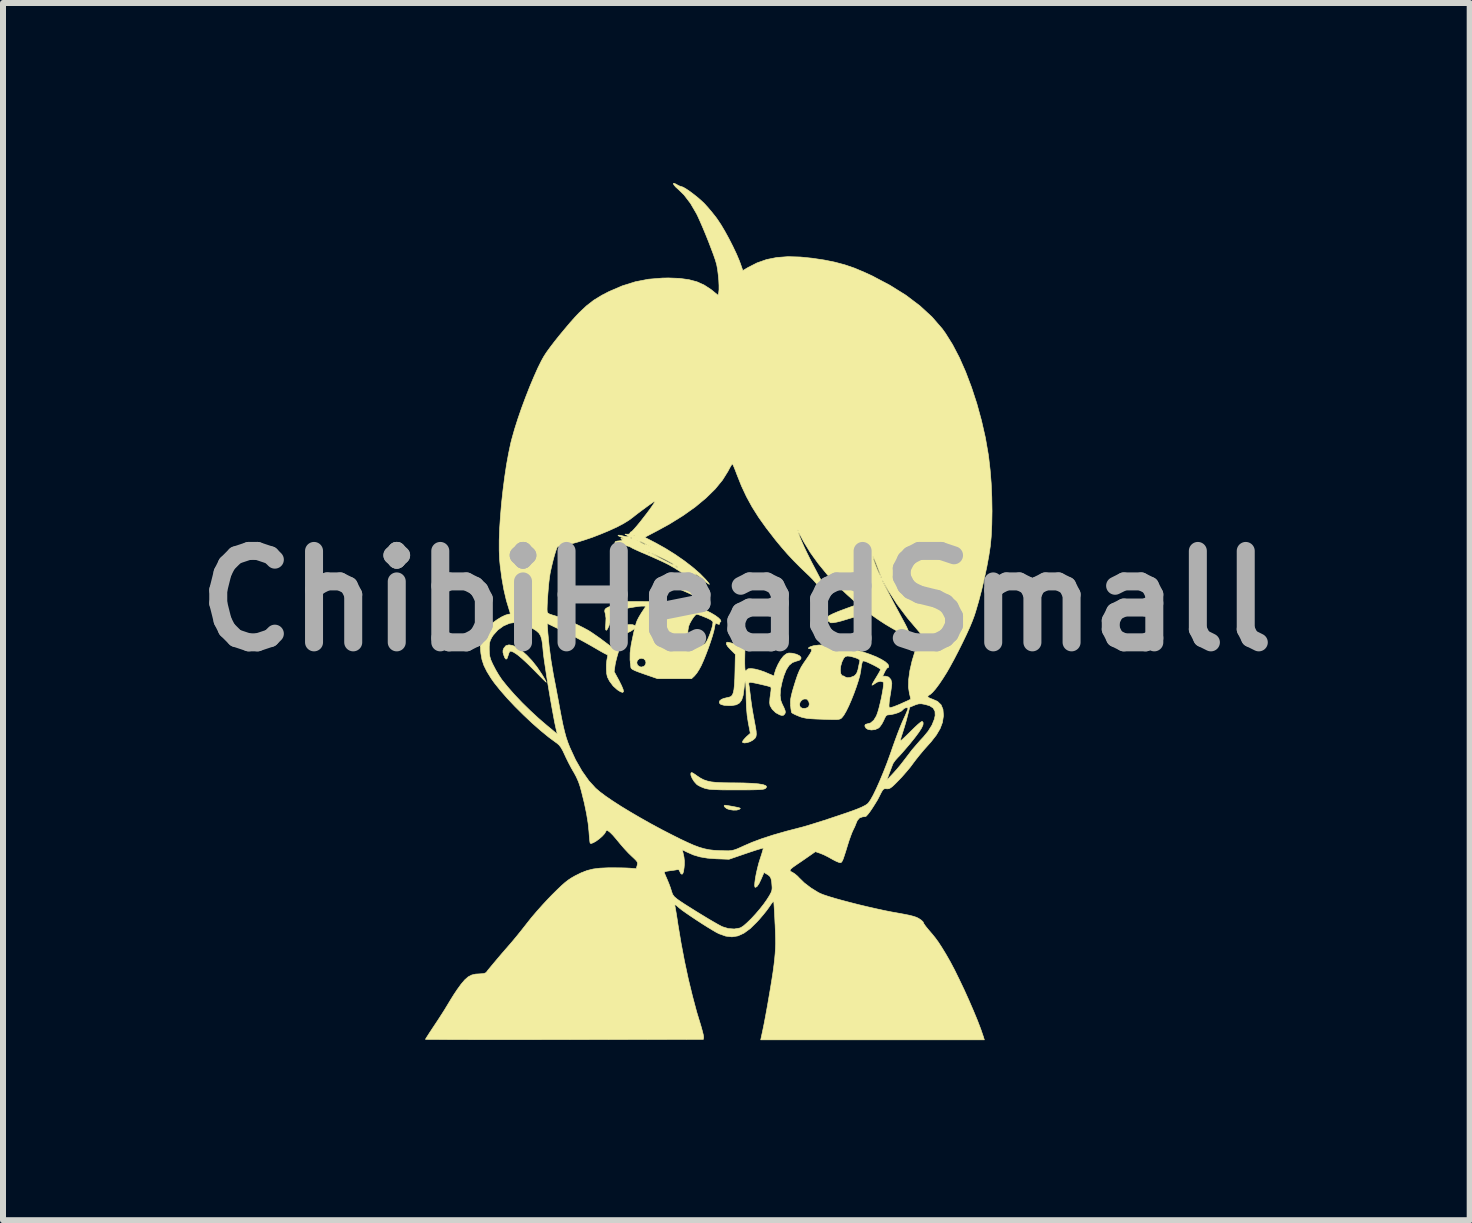
<source format=kicad_pcb>
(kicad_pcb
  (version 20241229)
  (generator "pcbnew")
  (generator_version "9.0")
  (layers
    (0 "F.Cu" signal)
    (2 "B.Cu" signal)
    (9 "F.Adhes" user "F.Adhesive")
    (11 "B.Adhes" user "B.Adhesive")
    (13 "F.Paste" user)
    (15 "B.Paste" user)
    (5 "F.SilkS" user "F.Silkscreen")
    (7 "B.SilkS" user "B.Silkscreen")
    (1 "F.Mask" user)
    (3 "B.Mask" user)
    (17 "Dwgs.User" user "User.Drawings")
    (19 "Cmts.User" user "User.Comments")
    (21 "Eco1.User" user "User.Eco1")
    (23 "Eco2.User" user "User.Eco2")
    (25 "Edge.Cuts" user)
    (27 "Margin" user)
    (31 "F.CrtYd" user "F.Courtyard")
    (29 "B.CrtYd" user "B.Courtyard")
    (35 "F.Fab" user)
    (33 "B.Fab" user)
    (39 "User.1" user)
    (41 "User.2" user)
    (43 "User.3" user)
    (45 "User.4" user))
  (footprint "ChibiHeadSmall"
    (layer "F.Cu")
    (at 9.224 6.968)
    (property "Reference" "ChibiHeadSmall" (at 0 0 0) (layer "F.Fab") (effects (font (size 1.524 1.524) (thickness 0.3))))
    (attr through_hole)
    (fp_poly (pts (xy -0.162 3.407) (xy -0.114 3.415) (xy -0.056 3.425) (xy -0.001 3.436) (xy 0.04 3.445) (xy 0.05 3.448) (xy 0.067 3.457) (xy 0.053 3.47) (xy 0.05 3.472) (xy 0.008 3.485) (xy -0.052 3.486) (xy -0.113 3.477) (xy -0.157 3.462) (xy -0.189 3.438) (xy -0.204 3.416) (xy -0.196 3.404) (xy -0.189 3.404) (xy -0.162 3.407)) (stroke (width 0.01) (type solid)) (fill yes) (layer "F.SilkS"))
    (fp_poly (pts (xy 1.752 0.558) (xy 1.847 0.561) (xy 1.932 0.565) (xy 2 0.572) (xy 2.007 0.573) (xy 2.031 0.577) (xy 2.029 0.581) (xy 2 0.584) (xy 1.941 0.586) (xy 1.851 0.587) (xy 1.729 0.588) (xy 1.727 0.588) (xy 1.598 0.588) (xy 1.501 0.586) (xy 1.434 0.584) (xy 1.396 0.58) (xy 1.383 0.576) (xy 1.389 0.571) (xy 1.423 0.565) (xy 1.483 0.56) (xy 1.563 0.557) (xy 1.655 0.557) (xy 1.752 0.558)) (stroke (width 0.01) (type solid)) (fill yes) (layer "F.SilkS"))
    (fp_poly (pts (xy -1.188 -0.312) (xy -1.129 -0.301) (xy -1.053 -0.28) (xy -0.967 -0.251) (xy -0.877 -0.217) (xy -0.856 -0.208) (xy -0.806 -0.184) (xy -0.746 -0.152) (xy -0.685 -0.116) (xy -0.629 -0.081) (xy -0.585 -0.05) (xy -0.561 -0.03) (xy -0.559 -0.025) (xy -0.565 -0.018) (xy -0.587 -0.025) (xy -0.629 -0.045) (xy -0.685 -0.076) (xy -0.754 -0.112) (xy -0.837 -0.15) (xy -0.926 -0.188) (xy -1.015 -0.223) (xy -1.096 -0.251) (xy -1.16 -0.269) (xy -1.198 -0.276) (xy -1.239 -0.282) (xy -1.252 -0.294) (xy -1.234 -0.308) (xy -1.222 -0.312) (xy -1.188 -0.312)) (stroke (width 0.01) (type solid)) (fill yes) (layer "F.SilkS"))
    (fp_poly (pts (xy -3.729 0.741) (xy -3.657 0.775) (xy -3.577 0.829) (xy -3.494 0.903) (xy -3.408 0.994) (xy -3.324 1.1) (xy -3.243 1.22) (xy -3.21 1.274) (xy -3.185 1.318) (xy -3.171 1.347) (xy -3.169 1.355) (xy -3.182 1.343) (xy -3.215 1.311) (xy -3.264 1.262) (xy -3.324 1.201) (xy -3.387 1.137) (xy -3.487 1.038) (xy -3.576 0.956) (xy -3.651 0.894) (xy -3.712 0.854) (xy -3.755 0.836) (xy -3.776 0.84) (xy -3.79 0.866) (xy -3.804 0.908) (xy -3.806 0.914) (xy -3.822 0.959) (xy -3.839 0.97) (xy -3.859 0.948) (xy -3.876 0.905) (xy -3.89 0.856) (xy -3.889 0.82) (xy -3.876 0.787) (xy -3.841 0.745) (xy -3.791 0.731) (xy -3.729 0.741)) (stroke (width 0.01) (type solid)) (fill yes) (layer "F.SilkS"))
    (fp_poly (pts (xy -0.715 2.873) (xy -0.67 2.904) (xy -0.656 2.914) (xy -0.6 2.951) (xy -0.545 2.98) (xy -0.487 3) (xy -0.418 3.015) (xy -0.334 3.024) (xy -0.23 3.029) (xy -0.098 3.031) (xy -0.059 3.031) (xy 0.117 3.033) (xy 0.259 3.039) (xy 0.369 3.048) (xy 0.446 3.061) (xy 0.491 3.078) (xy 0.505 3.098) (xy 0.487 3.123) (xy 0.484 3.125) (xy 0.467 3.133) (xy 0.44 3.139) (xy 0.396 3.143) (xy 0.334 3.146) (xy 0.248 3.148) (xy 0.136 3.149) (xy 0.001 3.149) (xy -0.139 3.149) (xy -0.249 3.148) (xy -0.335 3.145) (xy -0.4 3.142) (xy -0.45 3.138) (xy -0.49 3.131) (xy -0.522 3.123) (xy -0.538 3.118) (xy -0.595 3.095) (xy -0.643 3.069) (xy -0.661 3.056) (xy -0.703 3.009) (xy -0.737 2.955) (xy -0.757 2.905) (xy -0.759 2.879) (xy -0.754 2.863) (xy -0.741 2.86) (xy -0.715 2.873)) (stroke (width 0.01) (type solid)) (fill yes) (layer "F.SilkS"))
    (fp_poly (pts (xy -0.134 0.688) (xy -0.088 0.699) (xy -0.027 0.716) (xy 0.002 0.725) (xy 0.144 0.771) (xy 0.14 0.97) (xy 0.14 1.047) (xy 0.142 1.111) (xy 0.146 1.153) (xy 0.152 1.168) (xy 0.17 1.155) (xy 0.174 1.147) (xy 0.196 1.13) (xy 0.243 1.126) (xy 0.309 1.134) (xy 0.387 1.154) (xy 0.471 1.183) (xy 0.487 1.19) (xy 0.627 1.25) (xy 0.637 1.205) (xy 0.661 1.131) (xy 0.697 1.052) (xy 0.739 0.979) (xy 0.781 0.924) (xy 0.797 0.908) (xy 0.838 0.878) (xy 0.875 0.867) (xy 0.926 0.87) (xy 0.929 0.87) (xy 1.001 0.887) (xy 1.051 0.911) (xy 1.077 0.938) (xy 1.076 0.965) (xy 1.048 0.989) (xy 0.999 1.003) (xy 0.935 1.026) (xy 0.879 1.073) (xy 0.832 1.146) (xy 0.791 1.249) (xy 0.762 1.351) (xy 0.736 1.475) (xy 0.73 1.576) (xy 0.742 1.661) (xy 0.763 1.715) (xy 0.795 1.781) (xy 0.812 1.824) (xy 0.817 1.852) (xy 0.812 1.873) (xy 0.804 1.886) (xy 0.784 1.905) (xy 0.756 1.907) (xy 0.724 1.898) (xy 0.657 1.862) (xy 0.599 1.806) (xy 0.562 1.744) (xy 0.555 1.696) (xy 0.56 1.618) (xy 0.567 1.569) (xy 0.577 1.497) (xy 0.579 1.453) (xy 0.573 1.433) (xy 0.569 1.431) (xy 0.526 1.418) (xy 0.465 1.403) (xy 0.397 1.387) (xy 0.33 1.372) (xy 0.274 1.361) (xy 0.238 1.355) (xy 0.232 1.355) (xy 0.21 1.361) (xy 0.207 1.386) (xy 0.21 1.401) (xy 0.216 1.439) (xy 0.224 1.5) (xy 0.233 1.572) (xy 0.236 1.6) (xy 0.246 1.676) (xy 0.26 1.773) (xy 0.278 1.879) (xy 0.297 1.983) (xy 0.299 1.995) (xy 0.318 2.095) (xy 0.33 2.169) (xy 0.333 2.221) (xy 0.328 2.257) (xy 0.314 2.284) (xy 0.291 2.306) (xy 0.27 2.322) (xy 0.226 2.346) (xy 0.178 2.361) (xy 0.135 2.366) (xy 0.107 2.36) (xy 0.102 2.349) (xy 0.113 2.324) (xy 0.144 2.288) (xy 0.167 2.264) (xy 0.233 2.205) (xy 0.199 2.03) (xy 0.18 1.907) (xy 0.168 1.771) (xy 0.163 1.613) (xy 0.163 1.596) (xy 0.162 1.507) (xy 0.159 1.431) (xy 0.156 1.374) (xy 0.152 1.343) (xy 0.15 1.338) (xy 0.144 1.353) (xy 0.136 1.394) (xy 0.129 1.453) (xy 0.127 1.469) (xy 0.113 1.574) (xy 0.089 1.65) (xy 0.052 1.7) (xy -0.001 1.73) (xy -0.075 1.743) (xy -0.119 1.744) (xy -0.202 1.739) (xy -0.258 1.724) (xy -0.284 1.699) (xy -0.279 1.667) (xy -0.278 1.665) (xy -0.249 1.64) (xy -0.21 1.624) (xy -0.156 1.611) (xy -0.116 1.602) (xy -0.089 1.591) (xy -0.068 1.569) (xy -0.052 1.532) (xy -0.04 1.476) (xy -0.032 1.397) (xy -0.026 1.292) (xy -0.023 1.185) (xy -0.017 0.888) (xy -0.093 0.813) (xy -0.143 0.759) (xy -0.166 0.721) (xy -0.165 0.696) (xy -0.155 0.687) (xy -0.134 0.688)) (stroke (width 0.01) (type solid)) (fill yes) (layer "F.SilkS"))
    (fp_poly (pts (xy -1.005 -6.949) (xy -0.995 -6.942) (xy -0.953 -6.92) (xy -0.922 -6.909) (xy -0.918 -6.909) (xy -0.887 -6.898) (xy -0.837 -6.869) (xy -0.775 -6.827) (xy -0.706 -6.775) (xy -0.636 -6.719) (xy -0.572 -6.662) (xy -0.534 -6.626) (xy -0.474 -6.56) (xy -0.405 -6.478) (xy -0.34 -6.396) (xy -0.313 -6.358) (xy -0.255 -6.271) (xy -0.19 -6.161) (xy -0.122 -6.037) (xy -0.057 -5.909) (xy 0.002 -5.785) (xy 0.049 -5.674) (xy 0.069 -5.62) (xy 0.108 -5.508) (xy 0.194 -5.559) (xy 0.345 -5.636) (xy 0.504 -5.692) (xy 0.674 -5.726) (xy 0.861 -5.74) (xy 1.068 -5.734) (xy 1.264 -5.714) (xy 1.465 -5.684) (xy 1.643 -5.648) (xy 1.808 -5.604) (xy 1.969 -5.549) (xy 2.137 -5.478) (xy 2.261 -5.421) (xy 2.56 -5.263) (xy 2.826 -5.097) (xy 3.06 -4.92) (xy 3.262 -4.734) (xy 3.432 -4.538) (xy 3.486 -4.463) (xy 3.603 -4.276) (xy 3.716 -4.06) (xy 3.822 -3.82) (xy 3.92 -3.561) (xy 4.009 -3.289) (xy 4.086 -3.008) (xy 4.151 -2.723) (xy 4.2 -2.44) (xy 4.206 -2.396) (xy 4.23 -2.187) (xy 4.248 -1.962) (xy 4.258 -1.73) (xy 4.262 -1.498) (xy 4.258 -1.275) (xy 4.248 -1.069) (xy 4.233 -0.914) (xy 4.209 -0.756) (xy 4.176 -0.575) (xy 4.135 -0.381) (xy 4.089 -0.185) (xy 4.039 0.005) (xy 3.988 0.179) (xy 3.967 0.244) (xy 3.935 0.33) (xy 3.89 0.439) (xy 3.833 0.564) (xy 3.768 0.699) (xy 3.699 0.837) (xy 3.629 0.972) (xy 3.56 1.098) (xy 3.51 1.186) (xy 3.444 1.291) (xy 3.38 1.386) (xy 3.321 1.465) (xy 3.27 1.523) (xy 3.231 1.558) (xy 3.223 1.562) (xy 3.192 1.583) (xy 3.195 1.603) (xy 3.231 1.623) (xy 3.266 1.635) (xy 3.353 1.673) (xy 3.412 1.73) (xy 3.444 1.806) (xy 3.452 1.905) (xy 3.451 1.92) (xy 3.435 2.025) (xy 3.396 2.128) (xy 3.333 2.235) (xy 3.244 2.349) (xy 3.192 2.407) (xy 3.124 2.483) (xy 3.054 2.567) (xy 2.991 2.646) (xy 2.951 2.699) (xy 2.9 2.768) (xy 2.833 2.848) (xy 2.761 2.93) (xy 2.71 2.984) (xy 2.648 3.047) (xy 2.603 3.09) (xy 2.57 3.115) (xy 2.544 3.128) (xy 2.52 3.131) (xy 2.505 3.13) (xy 2.477 3.128) (xy 2.456 3.135) (xy 2.437 3.155) (xy 2.414 3.195) (xy 2.386 3.251) (xy 2.354 3.313) (xy 2.313 3.38) (xy 2.27 3.448) (xy 2.228 3.51) (xy 2.191 3.558) (xy 2.164 3.587) (xy 2.155 3.592) (xy 2.129 3.595) (xy 2.104 3.598) (xy 2.053 3.616) (xy 2.016 3.659) (xy 1.997 3.704) (xy 1.974 3.762) (xy 1.947 3.816) (xy 1.947 3.817) (xy 1.93 3.854) (xy 1.907 3.914) (xy 1.88 3.99) (xy 1.854 4.072) (xy 1.823 4.174) (xy 1.799 4.247) (xy 1.782 4.298) (xy 1.768 4.33) (xy 1.756 4.349) (xy 1.745 4.359) (xy 1.737 4.362) (xy 1.712 4.358) (xy 1.667 4.34) (xy 1.61 4.311) (xy 1.596 4.303) (xy 1.528 4.265) (xy 1.458 4.23) (xy 1.401 4.207) (xy 1.399 4.206) (xy 1.318 4.178) (xy 1.213 4.251) (xy 1.144 4.299) (xy 1.07 4.35) (xy 1.015 4.387) (xy 0.949 4.433) (xy 0.91 4.465) (xy 0.895 4.488) (xy 0.902 4.505) (xy 0.928 4.52) (xy 0.932 4.521) (xy 0.973 4.547) (xy 1.021 4.587) (xy 1.046 4.614) (xy 1.133 4.699) (xy 1.242 4.782) (xy 1.36 4.855) (xy 1.397 4.874) (xy 1.451 4.896) (xy 1.532 4.923) (xy 1.637 4.955) (xy 1.76 4.989) (xy 1.896 5.025) (xy 2.041 5.062) (xy 2.188 5.097) (xy 2.333 5.13) (xy 2.471 5.16) (xy 2.598 5.185) (xy 2.673 5.198) (xy 2.793 5.22) (xy 2.884 5.238) (xy 2.953 5.256) (xy 3.004 5.273) (xy 3.041 5.292) (xy 3.084 5.321) (xy 3.111 5.347) (xy 3.116 5.357) (xy 3.126 5.38) (xy 3.154 5.42) (xy 3.193 5.468) (xy 3.196 5.472) (xy 3.263 5.55) (xy 3.318 5.618) (xy 3.368 5.687) (xy 3.419 5.765) (xy 3.478 5.861) (xy 3.497 5.893) (xy 3.565 6.012) (xy 3.64 6.154) (xy 3.718 6.313) (xy 3.799 6.483) (xy 3.877 6.656) (xy 3.951 6.827) (xy 4.018 6.989) (xy 4.074 7.135) (xy 4.117 7.26) (xy 4.122 7.277) (xy 4.134 7.315) (xy 0.406 7.315) (xy 0.414 7.277) (xy 0.436 7.176) (xy 0.462 7.05) (xy 0.489 6.907) (xy 0.517 6.754) (xy 0.544 6.597) (xy 0.57 6.445) (xy 0.593 6.303) (xy 0.612 6.18) (xy 0.625 6.081) (xy 0.627 6.068) (xy 0.639 5.961) (xy 0.647 5.871) (xy 0.652 5.791) (xy 0.655 5.711) (xy 0.654 5.624) (xy 0.651 5.52) (xy 0.646 5.391) (xy 0.645 5.385) (xy 0.64 5.275) (xy 0.635 5.178) (xy 0.63 5.098) (xy 0.626 5.039) (xy 0.623 5.007) (xy 0.622 5.002) (xy 0.611 5.012) (xy 0.586 5.044) (xy 0.553 5.092) (xy 0.546 5.102) (xy 0.505 5.159) (xy 0.448 5.23) (xy 0.385 5.304) (xy 0.339 5.354) (xy 0.23 5.461) (xy 0.127 5.536) (xy 0.027 5.582) (xy -0.073 5.598) (xy -0.177 5.586) (xy -0.287 5.547) (xy -0.335 5.523) (xy -0.401 5.484) (xy -0.482 5.435) (xy -0.571 5.379) (xy -0.663 5.319) (xy -0.753 5.259) (xy -0.835 5.203) (xy -0.903 5.155) (xy -0.951 5.117) (xy -0.973 5.098) (xy -1.003 5.071) (xy -1.023 5.064) (xy -1.026 5.08) (xy -1.024 5.084) (xy -1.019 5.107) (xy -1.01 5.158) (xy -0.998 5.23) (xy -0.984 5.318) (xy -0.973 5.393) (xy -0.922 5.699) (xy -0.864 6.005) (xy -0.8 6.304) (xy -0.731 6.587) (xy -0.661 6.85) (xy -0.609 7.021) (xy -0.584 7.104) (xy -0.564 7.178) (xy -0.55 7.235) (xy -0.545 7.269) (xy -0.545 7.272) (xy -0.55 7.307) (xy -2.866 7.311) (xy -3.143 7.311) (xy -3.411 7.312) (xy -3.667 7.312) (xy -3.91 7.312) (xy -4.138 7.312) (xy -4.348 7.312) (xy -4.539 7.311) (xy -4.709 7.311) (xy -4.856 7.31) (xy -4.979 7.309) (xy -5.074 7.309) (xy -5.14 7.308) (xy -5.176 7.307) (xy -5.182 7.306) (xy -5.173 7.289) (xy -5.148 7.25) (xy -5.111 7.192) (xy -5.064 7.121) (xy -5.032 7.073) (xy -4.973 6.984) (xy -4.915 6.894) (xy -4.862 6.811) (xy -4.821 6.743) (xy -4.81 6.725) (xy -4.763 6.647) (xy -4.71 6.562) (xy -4.661 6.489) (xy -4.661 6.488) (xy -4.589 6.388) (xy -4.527 6.315) (xy -4.47 6.265) (xy -4.411 6.234) (xy -4.347 6.219) (xy -4.278 6.215) (xy -4.218 6.211) (xy -4.182 6.2) (xy -4.163 6.183) (xy -4.139 6.151) (xy -4.096 6.099) (xy -4.041 6.033) (xy -3.978 5.958) (xy -3.911 5.879) (xy -3.845 5.803) (xy -3.785 5.734) (xy -3.775 5.723) (xy -3.725 5.664) (xy -3.661 5.587) (xy -3.59 5.499) (xy -3.519 5.409) (xy -3.487 5.368) (xy -3.415 5.277) (xy -3.326 5.173) (xy -3.229 5.064) (xy -3.133 4.961) (xy -3.074 4.9) (xy -2.985 4.812) (xy -2.914 4.744) (xy -2.855 4.692) (xy -2.802 4.651) (xy -2.751 4.617) (xy -2.695 4.585) (xy -2.692 4.583) (xy -2.585 4.53) (xy -2.558 4.52) (xy -1.202 4.52) (xy -1.196 4.541) (xy -1.178 4.584) (xy -1.154 4.639) (xy -1.152 4.644) (xy -1.123 4.714) (xy -1.097 4.784) (xy -1.082 4.834) (xy -1.063 4.889) (xy -1.033 4.93) (xy -0.984 4.971) (xy -0.929 5.009) (xy -0.855 5.058) (xy -0.766 5.114) (xy -0.669 5.175) (xy -0.569 5.236) (xy -0.472 5.295) (xy -0.383 5.347) (xy -0.308 5.39) (xy -0.252 5.42) (xy -0.231 5.43) (xy -0.133 5.46) (xy -0.035 5.467) (xy 0.053 5.452) (xy 0.078 5.442) (xy 0.122 5.413) (xy 0.18 5.362) (xy 0.249 5.295) (xy 0.321 5.217) (xy 0.392 5.134) (xy 0.456 5.053) (xy 0.509 4.978) (xy 0.509 4.978) (xy 0.552 4.91) (xy 0.578 4.862) (xy 0.592 4.823) (xy 0.596 4.786) (xy 0.595 4.761) (xy 0.589 4.682) (xy 0.578 4.628) (xy 0.56 4.592) (xy 0.53 4.566) (xy 0.517 4.558) (xy 0.461 4.525) (xy 0.415 4.632) (xy 0.379 4.708) (xy 0.347 4.756) (xy 0.321 4.773) (xy 0.31 4.769) (xy 0.305 4.744) (xy 0.308 4.694) (xy 0.317 4.624) (xy 0.332 4.543) (xy 0.352 4.455) (xy 0.374 4.369) (xy 0.398 4.293) (xy 0.421 4.223) (xy 0.438 4.166) (xy 0.448 4.129) (xy 0.449 4.118) (xy 0.432 4.121) (xy 0.388 4.134) (xy 0.322 4.154) (xy 0.24 4.181) (xy 0.16 4.208) (xy -0.122 4.305) (xy -0.336 4.297) (xy -0.482 4.286) (xy -0.606 4.265) (xy -0.717 4.232) (xy -0.826 4.184) (xy -0.836 4.179) (xy -0.902 4.146) (xy -0.89 4.192) (xy -0.873 4.269) (xy -0.866 4.333) (xy -0.867 4.399) (xy -0.871 4.445) (xy -0.881 4.511) (xy -0.894 4.546) (xy -0.907 4.555) (xy -0.928 4.541) (xy -0.941 4.512) (xy -0.958 4.48) (xy -0.98 4.477) (xy -1.011 4.483) (xy -1.063 4.491) (xy -1.105 4.496) (xy -1.157 4.504) (xy -1.192 4.513) (xy -1.202 4.52) (xy -2.558 4.52) (xy -2.486 4.492) (xy -2.385 4.467) (xy -2.272 4.453) (xy -2.138 4.447) (xy -2.108 4.447) (xy -2.013 4.447) (xy -1.918 4.448) (xy -1.836 4.45) (xy -1.779 4.453) (xy -1.669 4.462) (xy -1.653 4.407) (xy -1.647 4.378) (xy -1.65 4.355) (xy -1.666 4.33) (xy -1.7 4.295) (xy -1.741 4.257) (xy -1.799 4.201) (xy -1.866 4.129) (xy -1.931 4.054) (xy -1.956 4.024) (xy -2.008 3.961) (xy -2.057 3.904) (xy -2.098 3.863) (xy -2.116 3.847) (xy -2.149 3.824) (xy -2.165 3.822) (xy -2.174 3.838) (xy -2.175 3.841) (xy -2.196 3.877) (xy -2.234 3.919) (xy -2.283 3.962) (xy -2.334 4) (xy -2.382 4.028) (xy -2.419 4.042) (xy -2.436 4.038) (xy -2.441 4.019) (xy -2.446 3.973) (xy -2.452 3.907) (xy -2.457 3.839) (xy -2.471 3.704) (xy -2.497 3.545) (xy -2.534 3.367) (xy -2.581 3.178) (xy -2.605 3.09) (xy -2.631 3.014) (xy -2.669 2.929) (xy -2.71 2.853) (xy -2.711 2.853) (xy -2.751 2.783) (xy -2.797 2.696) (xy -2.841 2.607) (xy -2.856 2.574) (xy -2.893 2.495) (xy -2.924 2.441) (xy -2.954 2.402) (xy -2.988 2.372) (xy -3.001 2.363) (xy -3.126 2.271) (xy -3.263 2.159) (xy -3.406 2.033) (xy -3.549 1.898) (xy -3.689 1.759) (xy -3.82 1.62) (xy -3.936 1.487) (xy -4.033 1.366) (xy -4.085 1.293) (xy -4.157 1.177) (xy -4.208 1.074) (xy -4.24 0.977) (xy -4.258 0.875) (xy -4.263 0.819) (xy -4.264 0.807) (xy -4.119 0.807) (xy -4.117 0.873) (xy -4.109 0.926) (xy -4.093 0.98) (xy -4.064 1.046) (xy -4.051 1.071) (xy -4.01 1.15) (xy -3.961 1.233) (xy -3.915 1.302) (xy -3.908 1.312) (xy -3.814 1.429) (xy -3.7 1.559) (xy -3.572 1.694) (xy -3.437 1.826) (xy -3.303 1.95) (xy -3.228 2.015) (xy -3.153 2.079) (xy -3.086 2.134) (xy -3.034 2.178) (xy -2.999 2.207) (xy -2.986 2.218) (xy -2.988 2.204) (xy -2.996 2.169) (xy -2.998 2.163) (xy -3.011 2.106) (xy -3.029 2.022) (xy -3.049 1.914) (xy -3.072 1.79) (xy -3.096 1.653) (xy -3.12 1.511) (xy -3.144 1.368) (xy -3.166 1.229) (xy -3.185 1.101) (xy -3.202 0.988) (xy -3.214 0.897) (xy -3.221 0.832) (xy -3.221 0.83) (xy -3.231 0.721) (xy -3.244 0.64) (xy -3.263 0.579) (xy -3.293 0.533) (xy -3.337 0.494) (xy -3.399 0.456) (xy -3.456 0.426) (xy -3.535 0.388) (xy -3.597 0.366) (xy -3.651 0.356) (xy -3.676 0.356) (xy -3.779 0.371) (xy -3.881 0.415) (xy -3.975 0.483) (xy -4.052 0.569) (xy -4.075 0.604) (xy -4.1 0.652) (xy -4.114 0.699) (xy -4.119 0.756) (xy -4.119 0.807) (xy -4.264 0.807) (xy -4.266 0.745) (xy -4.263 0.691) (xy -4.252 0.645) (xy -4.231 0.594) (xy -4.228 0.586) (xy -4.192 0.521) (xy -4.143 0.452) (xy -4.105 0.407) (xy -4.052 0.358) (xy -3.986 0.31) (xy -3.916 0.267) (xy -3.851 0.236) (xy -3.8 0.221) (xy -3.791 0.22) (xy -3.773 0.218) (xy -3.769 0.204) (xy -3.778 0.171) (xy -3.786 0.148) (xy -3.789 0.137) (xy -3.155 0.137) (xy -3.153 0.178) (xy -3.143 0.2) (xy -3.113 0.218) (xy -3.059 0.236) (xy -3.04 0.241) (xy -2.965 0.265) (xy -2.869 0.301) (xy -2.763 0.345) (xy -2.656 0.393) (xy -2.557 0.442) (xy -2.475 0.486) (xy -2.461 0.494) (xy -2.405 0.53) (xy -2.334 0.579) (xy -2.26 0.631) (xy -2.23 0.654) (xy -2.091 0.758) (xy -2.065 0.688) (xy -2.042 0.627) (xy -2.016 0.559) (xy -2.008 0.537) (xy -1.983 0.484) (xy -1.953 0.443) (xy -1.939 0.431) (xy -1.895 0.412) (xy -1.837 0.398) (xy -1.778 0.393) (xy -1.728 0.395) (xy -1.704 0.404) (xy -1.687 0.412) (xy -1.676 0.394) (xy -1.67 0.369) (xy -1.655 0.328) (xy -1.626 0.271) (xy -1.589 0.209) (xy -1.583 0.199) (xy -1.507 0.085) (xy -1.576 0.085) (xy -1.622 0.088) (xy -1.688 0.098) (xy -1.767 0.111) (xy -1.848 0.127) (xy -1.923 0.143) (xy -1.982 0.159) (xy -2.018 0.171) (xy -2.018 0.171) (xy -2.036 0.194) (xy -2.06 0.241) (xy -2.085 0.305) (xy -2.095 0.333) (xy -2.124 0.415) (xy -2.148 0.467) (xy -2.166 0.489) (xy -2.177 0.481) (xy -2.181 0.441) (xy -2.177 0.383) (xy -2.173 0.286) (xy -2.184 0.212) (xy -2.185 0.21) (xy -2.194 0.174) (xy -2.192 0.146) (xy -2.174 0.123) (xy -2.135 0.102) (xy -2.071 0.078) (xy -2.007 0.057) (xy -1.854 0.008) (xy -1.405 0.01) (xy -1.252 0.011) (xy -1.126 0.013) (xy -1.023 0.018) (xy -0.937 0.025) (xy -0.863 0.036) (xy -0.794 0.051) (xy -0.725 0.071) (xy -0.651 0.098) (xy -0.597 0.118) (xy -0.507 0.156) (xy -0.425 0.198) (xy -0.355 0.239) (xy -0.301 0.278) (xy -0.267 0.312) (xy -0.256 0.338) (xy -0.27 0.352) (xy -0.281 0.368) (xy -0.279 0.374) (xy -0.28 0.387) (xy -0.3 0.388) (xy -0.325 0.378) (xy -0.333 0.371) (xy -0.346 0.371) (xy -0.356 0.401) (xy -0.363 0.442) (xy -0.375 0.5) (xy -0.398 0.581) (xy -0.429 0.678) (xy -0.466 0.784) (xy -0.506 0.89) (xy -0.546 0.989) (xy -0.584 1.074) (xy -0.584 1.075) (xy -0.62 1.141) (xy -0.658 1.201) (xy -0.693 1.243) (xy -0.694 1.245) (xy -0.747 1.295) (xy -1.312 1.295) (xy -1.532 1.219) (xy -1.625 1.186) (xy -1.689 1.161) (xy -1.729 1.141) (xy -1.751 1.124) (xy -1.758 1.109) (xy -1.766 1.031) (xy -1.66 1.031) (xy -1.647 1.068) (xy -1.614 1.095) (xy -1.582 1.101) (xy -1.543 1.09) (xy -1.525 1.076) (xy -1.506 1.034) (xy -1.514 0.993) (xy -1.543 0.964) (xy -1.584 0.954) (xy -1.616 0.962) (xy -1.651 0.992) (xy -1.66 1.031) (xy -1.766 1.031) (xy -1.772 0.982) (xy -1.771 0.863) (xy -1.754 0.735) (xy -1.744 0.683) (xy -1.728 0.607) (xy -1.714 0.541) (xy -1.704 0.498) (xy -0.808 0.498) (xy -0.806 0.573) (xy -0.793 0.644) (xy -0.772 0.697) (xy -0.761 0.713) (xy -0.714 0.738) (xy -0.652 0.747) (xy -0.586 0.74) (xy -0.531 0.716) (xy -0.518 0.707) (xy -0.495 0.674) (xy -0.468 0.618) (xy -0.44 0.549) (xy -0.415 0.476) (xy -0.397 0.41) (xy -0.39 0.36) (xy -0.389 0.356) (xy -0.399 0.335) (xy -0.432 0.311) (xy -0.492 0.282) (xy -0.515 0.273) (xy -0.576 0.248) (xy -0.626 0.23) (xy -0.656 0.221) (xy -0.659 0.22) (xy -0.682 0.234) (xy -0.713 0.27) (xy -0.746 0.32) (xy -0.776 0.374) (xy -0.796 0.424) (xy -0.797 0.429) (xy -0.808 0.498) (xy -1.704 0.498) (xy -1.703 0.494) (xy -1.698 0.476) (xy -1.693 0.459) (xy -1.705 0.465) (xy -1.721 0.478) (xy -1.762 0.505) (xy -1.807 0.526) (xy -1.83 0.536) (xy -1.849 0.553) (xy -1.868 0.581) (xy -1.888 0.628) (xy -1.915 0.698) (xy -1.931 0.742) (xy -1.961 0.832) (xy -1.988 0.924) (xy -2.009 1.006) (xy -2.02 1.058) (xy -2.037 1.177) (xy -1.958 1.322) (xy -1.913 1.412) (xy -1.887 1.475) (xy -1.881 1.512) (xy -1.896 1.524) (xy -1.932 1.512) (xy -1.983 1.48) (xy -2.054 1.416) (xy -2.115 1.334) (xy -2.15 1.265) (xy -2.161 1.212) (xy -2.166 1.14) (xy -2.166 1.061) (xy -2.159 0.989) (xy -2.152 0.952) (xy -2.144 0.916) (xy -2.147 0.898) (xy -2.148 0.897) (xy -2.167 0.889) (xy -2.208 0.868) (xy -2.264 0.837) (xy -2.295 0.819) (xy -2.419 0.747) (xy -2.524 0.688) (xy -2.618 0.637) (xy -2.709 0.589) (xy -2.809 0.54) (xy -2.908 0.492) (xy -3.153 0.373) (xy -3.142 0.529) (xy -3.12 0.758) (xy -3.089 0.993) (xy -3.051 1.219) (xy -3.04 1.278) (xy -3.022 1.369) (xy -3.001 1.48) (xy -2.978 1.602) (xy -2.956 1.721) (xy -2.947 1.772) (xy -2.917 1.931) (xy -2.89 2.064) (xy -2.864 2.174) (xy -2.838 2.27) (xy -2.809 2.356) (xy -2.777 2.438) (xy -2.681 2.646) (xy -2.574 2.833) (xy -2.459 2.996) (xy -2.346 3.12) (xy -2.276 3.18) (xy -2.18 3.252) (xy -2.06 3.334) (xy -1.922 3.423) (xy -1.767 3.517) (xy -1.601 3.614) (xy -1.427 3.712) (xy -1.249 3.808) (xy -1.084 3.893) (xy -0.937 3.967) (xy -0.814 4.025) (xy -0.71 4.071) (xy -0.619 4.105) (xy -0.536 4.129) (xy -0.455 4.146) (xy -0.37 4.156) (xy -0.277 4.161) (xy -0.193 4.163) (xy -0.131 4.164) (xy -0.083 4.16) (xy -0.038 4.15) (xy 0.013 4.132) (xy 0.079 4.103) (xy 0.12 4.084) (xy 0.263 4.022) (xy 0.427 3.961) (xy 0.615 3.9) (xy 0.831 3.838) (xy 1.077 3.774) (xy 1.101 3.768) (xy 1.161 3.751) (xy 1.247 3.725) (xy 1.352 3.692) (xy 1.47 3.655) (xy 1.593 3.614) (xy 1.716 3.573) (xy 1.831 3.534) (xy 1.934 3.498) (xy 1.998 3.474) (xy 2.084 3.439) (xy 2.151 3.405) (xy 2.193 3.375) (xy 2.197 3.371) (xy 2.235 3.318) (xy 2.281 3.236) (xy 2.333 3.129) (xy 2.39 3.001) (xy 2.395 2.989) (xy 2.506 2.989) (xy 2.617 2.87) (xy 2.678 2.802) (xy 2.741 2.726) (xy 2.795 2.656) (xy 2.806 2.642) (xy 2.927 2.483) (xy 3.06 2.329) (xy 3.119 2.266) (xy 3.198 2.17) (xy 3.261 2.068) (xy 3.301 1.969) (xy 3.314 1.908) (xy 3.311 1.838) (xy 3.28 1.784) (xy 3.222 1.746) (xy 3.146 1.724) (xy 3.086 1.713) (xy 3.041 1.714) (xy 2.996 1.726) (xy 2.97 1.737) (xy 2.89 1.77) (xy 2.851 1.922) (xy 2.828 2.01) (xy 2.8 2.104) (xy 2.774 2.187) (xy 2.77 2.2) (xy 2.75 2.26) (xy 2.737 2.306) (xy 2.733 2.331) (xy 2.733 2.333) (xy 2.747 2.324) (xy 2.78 2.295) (xy 2.828 2.25) (xy 2.886 2.193) (xy 2.911 2.168) (xy 2.973 2.107) (xy 3.027 2.057) (xy 3.069 2.022) (xy 3.094 2.007) (xy 3.098 2.006) (xy 3.114 2.028) (xy 3.111 2.065) (xy 3.087 2.118) (xy 3.042 2.188) (xy 2.975 2.278) (xy 2.888 2.386) (xy 2.829 2.455) (xy 2.771 2.522) (xy 2.721 2.578) (xy 2.689 2.611) (xy 2.648 2.657) (xy 2.616 2.702) (xy 2.606 2.723) (xy 2.591 2.762) (xy 2.569 2.821) (xy 2.547 2.879) (xy 2.506 2.989) (xy 2.395 2.989) (xy 2.45 2.857) (xy 2.512 2.699) (xy 2.573 2.531) (xy 2.608 2.43) (xy 2.647 2.321) (xy 2.688 2.21) (xy 2.729 2.105) (xy 2.766 2.016) (xy 2.784 1.976) (xy 2.816 1.907) (xy 2.841 1.848) (xy 2.857 1.808) (xy 2.862 1.794) (xy 2.85 1.779) (xy 2.822 1.78) (xy 2.793 1.794) (xy 2.777 1.811) (xy 2.75 1.835) (xy 2.701 1.86) (xy 2.639 1.88) (xy 2.577 1.894) (xy 2.54 1.897) (xy 2.513 1.901) (xy 2.491 1.92) (xy 2.47 1.959) (xy 2.457 1.99) (xy 2.426 2.049) (xy 2.391 2.098) (xy 2.371 2.117) (xy 2.314 2.143) (xy 2.25 2.15) (xy 2.193 2.14) (xy 2.16 2.118) (xy 2.141 2.083) (xy 2.15 2.057) (xy 2.178 2.049) (xy 2.237 2.033) (xy 2.291 1.987) (xy 2.335 1.915) (xy 2.336 1.912) (xy 2.356 1.857) (xy 2.377 1.786) (xy 2.397 1.704) (xy 2.417 1.617) (xy 2.433 1.533) (xy 2.446 1.458) (xy 2.453 1.398) (xy 2.453 1.36) (xy 2.449 1.351) (xy 2.401 1.338) (xy 2.345 1.353) (xy 2.313 1.374) (xy 2.281 1.396) (xy 2.262 1.403) (xy 2.261 1.403) (xy 2.266 1.386) (xy 2.286 1.349) (xy 2.317 1.297) (xy 2.329 1.278) (xy 2.363 1.221) (xy 2.39 1.174) (xy 2.403 1.145) (xy 2.404 1.141) (xy 2.39 1.127) (xy 2.353 1.104) (xy 2.302 1.076) (xy 2.245 1.048) (xy 2.189 1.022) (xy 2.145 1.005) (xy 2.12 0.999) (xy 2.107 1.005) (xy 2.097 1.025) (xy 2.087 1.067) (xy 2.077 1.134) (xy 2.074 1.16) (xy 2.06 1.235) (xy 2.034 1.328) (xy 2 1.432) (xy 1.96 1.542) (xy 1.917 1.65) (xy 1.873 1.751) (xy 1.83 1.838) (xy 1.791 1.905) (xy 1.76 1.944) (xy 1.745 1.958) (xy 1.727 1.967) (xy 1.702 1.973) (xy 1.665 1.976) (xy 1.61 1.976) (xy 1.531 1.974) (xy 1.432 1.971) (xy 1.322 1.967) (xy 1.239 1.962) (xy 1.176 1.956) (xy 1.127 1.947) (xy 1.084 1.936) (xy 1.041 1.92) (xy 1.037 1.918) (xy 0.982 1.895) (xy 0.941 1.874) (xy 0.922 1.861) (xy 0.916 1.838) (xy 0.909 1.792) (xy 0.904 1.741) (xy 0.904 1.738) (xy 1.053 1.738) (xy 1.068 1.771) (xy 1.102 1.789) (xy 1.148 1.79) (xy 1.19 1.776) (xy 1.207 1.759) (xy 1.217 1.718) (xy 1.207 1.674) (xy 1.181 1.641) (xy 1.169 1.634) (xy 1.124 1.634) (xy 1.085 1.657) (xy 1.059 1.695) (xy 1.053 1.738) (xy 0.904 1.738) (xy 0.902 1.688) (xy 0.905 1.636) (xy 0.916 1.578) (xy 0.935 1.503) (xy 0.955 1.435) (xy 0.99 1.322) (xy 1.02 1.234) (xy 1.05 1.162) (xy 1.053 1.156) (xy 1.733 1.156) (xy 1.74 1.209) (xy 1.742 1.213) (xy 1.759 1.241) (xy 1.772 1.248) (xy 1.772 1.248) (xy 1.79 1.25) (xy 1.808 1.263) (xy 1.845 1.279) (xy 1.899 1.275) (xy 1.958 1.252) (xy 1.976 1.241) (xy 2.005 1.207) (xy 2.027 1.146) (xy 2.032 1.12) (xy 2.044 1.063) (xy 2.054 1.017) (xy 2.059 0.998) (xy 2.053 0.979) (xy 2.023 0.96) (xy 1.976 0.943) (xy 1.902 0.922) (xy 1.852 0.917) (xy 1.817 0.926) (xy 1.792 0.951) (xy 1.788 0.957) (xy 1.759 1.017) (xy 1.739 1.088) (xy 1.733 1.156) (xy 1.053 1.156) (xy 1.083 1.097) (xy 1.124 1.033) (xy 1.175 0.96) (xy 1.223 0.889) (xy 1.25 0.841) (xy 1.257 0.812) (xy 1.245 0.798) (xy 1.227 0.796) (xy 1.201 0.791) (xy 1.204 0.78) (xy 1.229 0.764) (xy 1.274 0.749) (xy 1.294 0.744) (xy 1.376 0.734) (xy 1.484 0.735) (xy 1.612 0.746) (xy 1.753 0.766) (xy 1.9 0.794) (xy 1.977 0.812) (xy 2.105 0.847) (xy 2.225 0.888) (xy 2.331 0.93) (xy 2.419 0.974) (xy 2.486 1.016) (xy 2.528 1.055) (xy 2.54 1.085) (xy 2.535 1.109) (xy 2.526 1.111) (xy 2.511 1.12) (xy 2.489 1.151) (xy 2.475 1.178) (xy 2.439 1.253) (xy 2.488 1.253) (xy 2.539 1.268) (xy 2.576 1.309) (xy 2.591 1.367) (xy 2.591 1.371) (xy 2.589 1.406) (xy 2.581 1.464) (xy 2.571 1.537) (xy 2.562 1.587) (xy 2.549 1.675) (xy 2.544 1.738) (xy 2.547 1.772) (xy 2.549 1.776) (xy 2.572 1.777) (xy 2.62 1.763) (xy 2.689 1.736) (xy 2.734 1.717) (xy 2.802 1.686) (xy 2.858 1.661) (xy 2.895 1.643) (xy 2.906 1.638) (xy 2.904 1.621) (xy 2.895 1.581) (xy 2.885 1.541) (xy 2.869 1.437) (xy 2.872 1.309) (xy 2.892 1.161) (xy 2.929 1) (xy 2.981 0.828) (xy 3.013 0.739) (xy 3.043 0.66) (xy 3.062 0.606) (xy 3.071 0.571) (xy 3.071 0.549) (xy 3.063 0.532) (xy 3.051 0.518) (xy 2.851 0.282) (xy 2.68 0.055) (xy 2.537 -0.167) (xy 2.495 -0.241) (xy 2.464 -0.297) (xy 2.441 -0.335) (xy 2.429 -0.351) (xy 2.429 -0.347) (xy 2.44 -0.322) (xy 2.465 -0.272) (xy 2.505 -0.195) (xy 2.56 -0.091) (xy 2.629 0.041) (xy 2.715 0.201) (xy 2.812 0.381) (xy 2.84 0.436) (xy 2.862 0.486) (xy 2.87 0.508) (xy 2.89 0.553) (xy 2.909 0.58) (xy 2.922 0.602) (xy 2.917 0.61) (xy 2.883 0.601) (xy 2.827 0.577) (xy 2.753 0.54) (xy 2.668 0.495) (xy 2.577 0.443) (xy 2.486 0.389) (xy 2.401 0.334) (xy 2.339 0.292) (xy 2.231 0.216) (xy 2.113 0.235) (xy 2.038 0.251) (xy 1.949 0.273) (xy 1.863 0.298) (xy 1.848 0.303) (xy 1.756 0.331) (xy 1.676 0.351) (xy 1.613 0.362) (xy 1.572 0.363) (xy 1.558 0.354) (xy 1.544 0.34) (xy 1.528 0.337) (xy 1.511 0.334) (xy 1.522 0.327) (xy 1.536 0.316) (xy 1.523 0.304) (xy 1.508 0.287) (xy 1.516 0.267) (xy 1.549 0.243) (xy 1.609 0.213) (xy 1.698 0.175) (xy 1.751 0.155) (xy 1.834 0.124) (xy 1.906 0.098) (xy 1.961 0.079) (xy 1.994 0.069) (xy 1.999 0.068) (xy 2.012 0.064) (xy 2.009 0.051) (xy 1.989 0.026) (xy 1.948 -0.014) (xy 1.885 -0.071) (xy 1.847 -0.105) (xy 1.679 -0.264) (xy 1.555 -0.398) (xy 2.405 -0.398) (xy 2.413 -0.389) (xy 2.421 -0.398) (xy 2.413 -0.406) (xy 2.405 -0.398) (xy 1.555 -0.398) (xy 1.517 -0.438) (xy 1.367 -0.622) (xy 1.286 -0.734) (xy 2.276 -0.734) (xy 2.285 -0.698) (xy 2.303 -0.646) (xy 2.326 -0.585) (xy 2.35 -0.524) (xy 2.373 -0.472) (xy 2.391 -0.435) (xy 2.4 -0.423) (xy 2.401 -0.436) (xy 2.396 -0.453) (xy 2.385 -0.481) (xy 2.365 -0.532) (xy 2.34 -0.598) (xy 2.326 -0.635) (xy 2.302 -0.693) (xy 2.285 -0.73) (xy 2.276 -0.743) (xy 2.276 -0.734) (xy 1.286 -0.734) (xy 1.233 -0.808) (xy 1.123 -0.988) (xy 1.093 -1.044) (xy 1.065 -1.097) (xy 1.044 -1.134) (xy 1.034 -1.148) (xy 1.033 -1.148) (xy 1.04 -1.118) (xy 1.06 -1.063) (xy 1.091 -0.99) (xy 1.129 -0.904) (xy 1.173 -0.811) (xy 1.22 -0.716) (xy 1.257 -0.643) (xy 1.333 -0.499) (xy 1.394 -0.382) (xy 1.442 -0.289) (xy 1.477 -0.218) (xy 1.502 -0.165) (xy 1.517 -0.128) (xy 1.524 -0.105) (xy 1.523 -0.091) (xy 1.517 -0.086) (xy 1.509 -0.085) (xy 1.493 -0.097) (xy 1.462 -0.131) (xy 1.422 -0.18) (xy 1.401 -0.208) (xy 1.343 -0.281) (xy 1.274 -0.359) (xy 1.208 -0.426) (xy 1.201 -0.432) (xy 1.067 -0.56) (xy 0.953 -0.675) (xy 0.85 -0.785) (xy 0.751 -0.899) (xy 0.654 -1.016) (xy 0.53 -1.177) (xy 1.016 -1.177) (xy 1.024 -1.168) (xy 1.033 -1.177) (xy 1.024 -1.185) (xy 1.016 -1.177) (xy 0.53 -1.177) (xy 0.502 -1.212) (xy 0.373 -1.393) (xy 0.263 -1.567) (xy 0.169 -1.739) (xy 0.086 -1.916) (xy 0.011 -2.104) (xy 0.008 -2.112) (xy -0.019 -2.183) (xy -0.042 -2.239) (xy -0.059 -2.276) (xy -0.066 -2.286) (xy -0.078 -2.272) (xy -0.101 -2.235) (xy -0.13 -2.181) (xy -0.139 -2.163) (xy -0.231 -2.016) (xy -0.353 -1.867) (xy -0.506 -1.717) (xy -0.685 -1.568) (xy -0.891 -1.422) (xy -1.12 -1.28) (xy -1.31 -1.176) (xy -1.527 -1.062) (xy -1.342 -0.966) (xy -1.181 -0.876) (xy -1.021 -0.776) (xy -0.868 -0.67) (xy -0.728 -0.562) (xy -0.607 -0.457) (xy -0.511 -0.359) (xy -0.5 -0.346) (xy -0.465 -0.305) (xy -0.449 -0.281) (xy -0.451 -0.277) (xy -0.475 -0.292) (xy -0.521 -0.328) (xy -0.591 -0.385) (xy -0.592 -0.385) (xy -0.649 -0.43) (xy -0.682 -0.452) (xy -0.691 -0.451) (xy -0.675 -0.429) (xy -0.633 -0.384) (xy -0.621 -0.372) (xy -0.581 -0.329) (xy -0.555 -0.295) (xy -0.547 -0.277) (xy -0.547 -0.277) (xy -0.564 -0.282) (xy -0.599 -0.305) (xy -0.645 -0.341) (xy -0.652 -0.346) (xy -0.706 -0.391) (xy -0.736 -0.412) (xy -0.741 -0.409) (xy -0.723 -0.383) (xy -0.693 -0.348) (xy -0.665 -0.313) (xy -0.654 -0.291) (xy -0.656 -0.288) (xy -0.678 -0.299) (xy -0.704 -0.323) (xy -0.74 -0.355) (xy -0.798 -0.398) (xy -0.872 -0.449) (xy -0.954 -0.503) (xy -1.039 -0.555) (xy -1.097 -0.588) (xy -1.013 -0.588) (xy -1.009 -0.578) (xy -0.992 -0.56) (xy -0.982 -0.564) (xy -0.982 -0.566) (xy -0.994 -0.581) (xy -1.002 -0.586) (xy -1.013 -0.588) (xy -1.097 -0.588) (xy -1.119 -0.601) (xy -1.168 -0.626) (xy -1.234 -0.658) (xy -1.32 -0.697) (xy -1.416 -0.74) (xy -1.512 -0.782) (xy -1.525 -0.787) (xy -1.545 -0.796) (xy -1.416 -0.796) (xy -1.407 -0.789) (xy -1.373 -0.77) (xy -1.323 -0.743) (xy -1.263 -0.71) (xy -1.198 -0.677) (xy -1.136 -0.645) (xy -1.084 -0.618) (xy -1.047 -0.601) (xy -1.033 -0.595) (xy -1.038 -0.603) (xy -1.058 -0.621) (xy -1.087 -0.638) (xy -1.135 -0.665) (xy -1.196 -0.697) (xy -1.262 -0.729) (xy -1.325 -0.759) (xy -1.377 -0.782) (xy -1.41 -0.795) (xy -1.416 -0.796) (xy -1.545 -0.796) (xy -1.571 -0.807) (xy -1.468 -0.807) (xy -1.465 -0.797) (xy -1.456 -0.796) (xy -1.442 -0.802) (xy -1.445 -0.807) (xy -1.465 -0.809) (xy -1.468 -0.807) (xy -1.571 -0.807) (xy -1.604 -0.821) (xy -1.507 -0.821) (xy -1.499 -0.813) (xy -1.49 -0.821) (xy -1.499 -0.83) (xy -1.507 -0.821) (xy -1.604 -0.821) (xy -1.606 -0.822) (xy -1.642 -0.838) (xy -1.558 -0.838) (xy -1.549 -0.83) (xy -1.541 -0.838) (xy -1.549 -0.847) (xy -1.558 -0.838) (xy -1.642 -0.838) (xy -1.675 -0.853) (xy -1.728 -0.878) (xy -1.757 -0.894) (xy -1.761 -0.897) (xy -1.778 -0.906) (xy -1.439 -0.906) (xy -1.431 -0.897) (xy -1.422 -0.906) (xy -1.431 -0.914) (xy -1.439 -0.906) (xy -1.778 -0.906) (xy -1.781 -0.907) (xy -1.825 -0.92) (xy -1.84 -0.923) (xy -1.473 -0.923) (xy -1.465 -0.914) (xy -1.456 -0.923) (xy -1.465 -0.931) (xy -1.473 -0.923) (xy -1.84 -0.923) (xy -1.88 -0.931) (xy -1.96 -0.948) (xy -2.008 -0.962) (xy -2.026 -0.976) (xy -2.016 -0.99) (xy -1.991 -0.998) (xy -1.617 -0.998) (xy -1.615 -0.991) (xy -1.589 -0.973) (xy -1.575 -0.965) (xy -1.533 -0.944) (xy -1.503 -0.933) (xy -1.499 -0.933) (xy -1.501 -0.94) (xy -1.526 -0.957) (xy -1.541 -0.965) (xy -1.583 -0.986) (xy -1.613 -0.997) (xy -1.617 -0.998) (xy -1.991 -0.998) (xy -1.986 -0.999) (xy -1.941 -1.004) (xy -1.939 -1.004) (xy -1.903 -1.007) (xy -1.902 -1.008) (xy -1.659 -1.008) (xy -1.651 -0.999) (xy -1.643 -1.008) (xy -1.651 -1.016) (xy -1.659 -1.008) (xy -1.902 -1.008) (xy -1.896 -1.014) (xy -1.911 -1.028) (xy -1.926 -1.043) (xy -1.915 -1.046) (xy -1.888 -1.042) (xy -1.866 -1.039) (xy -1.875 -1.046) (xy -1.885 -1.05) (xy -1.761 -1.05) (xy -1.755 -1.036) (xy -1.75 -1.039) (xy -1.748 -1.059) (xy -1.75 -1.061) (xy -1.76 -1.059) (xy -1.761 -1.05) (xy -1.885 -1.05) (xy -1.91 -1.06) (xy -1.957 -1.081) (xy -1.973 -1.094) (xy -1.958 -1.098) (xy -1.915 -1.091) (xy -1.888 -1.084) (xy -1.839 -1.073) (xy -1.807 -1.072) (xy -1.798 -1.079) (xy -1.816 -1.093) (xy -1.82 -1.095) (xy -1.722 -1.095) (xy -1.719 -1.085) (xy -1.71 -1.084) (xy -1.696 -1.09) (xy -1.699 -1.095) (xy -1.719 -1.097) (xy -1.722 -1.095) (xy -1.82 -1.095) (xy -1.831 -1.1) (xy -1.856 -1.112) (xy -1.853 -1.115) (xy -1.82 -1.113) (xy -1.783 -1.116) (xy -1.774 -1.13) (xy -1.765 -1.149) (xy -1.755 -1.151) (xy -1.737 -1.164) (xy -1.703 -1.2) (xy -1.658 -1.252) (xy -1.605 -1.316) (xy -1.549 -1.388) (xy -1.493 -1.46) (xy -1.441 -1.53) (xy -1.399 -1.59) (xy -1.368 -1.636) (xy -1.355 -1.663) (xy -1.355 -1.666) (xy -1.367 -1.66) (xy -1.401 -1.637) (xy -1.451 -1.602) (xy -1.51 -1.559) (xy -1.575 -1.511) (xy -1.638 -1.464) (xy -1.695 -1.42) (xy -1.713 -1.405) (xy -1.794 -1.345) (xy -1.885 -1.289) (xy -1.994 -1.232) (xy -2.128 -1.171) (xy -2.13 -1.17) (xy -2.263 -1.115) (xy -2.4 -1.062) (xy -2.536 -1.016) (xy -2.662 -0.977) (xy -2.771 -0.948) (xy -2.851 -0.933) (xy -2.912 -0.923) (xy -2.958 -0.912) (xy -2.982 -0.903) (xy -2.982 -0.903) (xy -2.994 -0.878) (xy -3.012 -0.827) (xy -3.033 -0.757) (xy -3.055 -0.676) (xy -3.076 -0.59) (xy -3.095 -0.506) (xy -3.105 -0.456) (xy -3.115 -0.392) (xy -3.125 -0.308) (xy -3.134 -0.212) (xy -3.142 -0.112) (xy -3.149 -0.015) (xy -3.153 0.07) (xy -3.155 0.137) (xy -3.789 0.137) (xy -3.833 -0.007) (xy -3.875 -0.187) (xy -3.91 -0.385) (xy -3.937 -0.591) (xy -3.947 -0.694) (xy -3.953 -0.839) (xy -3.953 -1.011) (xy -3.946 -1.204) (xy -3.932 -1.412) (xy -3.914 -1.629) (xy -3.89 -1.848) (xy -3.862 -2.065) (xy -3.831 -2.272) (xy -3.796 -2.463) (xy -3.76 -2.634) (xy -3.742 -2.703) (xy -3.697 -2.863) (xy -3.642 -3.036) (xy -3.58 -3.216) (xy -3.513 -3.396) (xy -3.444 -3.572) (xy -3.375 -3.736) (xy -3.309 -3.884) (xy -3.247 -4.009) (xy -3.207 -4.08) (xy -3.165 -4.145) (xy -3.104 -4.229) (xy -3.03 -4.326) (xy -2.946 -4.431) (xy -2.858 -4.537) (xy -2.771 -4.64) (xy -2.689 -4.732) (xy -2.619 -4.806) (xy -2.499 -4.919) (xy -2.377 -5.014) (xy -2.241 -5.097) (xy -2.125 -5.157) (xy -1.902 -5.253) (xy -1.685 -5.321) (xy -1.465 -5.364) (xy -1.232 -5.383) (xy -1.132 -5.385) (xy -0.949 -5.378) (xy -0.793 -5.357) (xy -0.657 -5.321) (xy -0.537 -5.267) (xy -0.426 -5.195) (xy -0.402 -5.176) (xy -0.305 -5.097) (xy -0.294 -5.141) (xy -0.289 -5.189) (xy -0.289 -5.261) (xy -0.293 -5.347) (xy -0.302 -5.439) (xy -0.313 -5.527) (xy -0.327 -5.603) (xy -0.332 -5.622) (xy -0.351 -5.687) (xy -0.382 -5.776) (xy -0.422 -5.882) (xy -0.466 -5.997) (xy -0.514 -6.116) (xy -0.562 -6.231) (xy -0.607 -6.334) (xy -0.646 -6.42) (xy -0.665 -6.458) (xy -0.765 -6.629) (xy -0.872 -6.769) (xy -0.963 -6.858) (xy -1.012 -6.902) (xy -1.041 -6.937) (xy -1.051 -6.959) (xy -1.039 -6.963) (xy -1.005 -6.949)) (stroke (width 0.01) (type solid)) (fill yes) (layer "F.SilkS")))
  (gr_rect
    (start -3 -3)
    (end 21.448 17.289)
    (stroke (width 0.1) (type default))
    (fill no)
    (layer "Edge.Cuts")))
</source>
